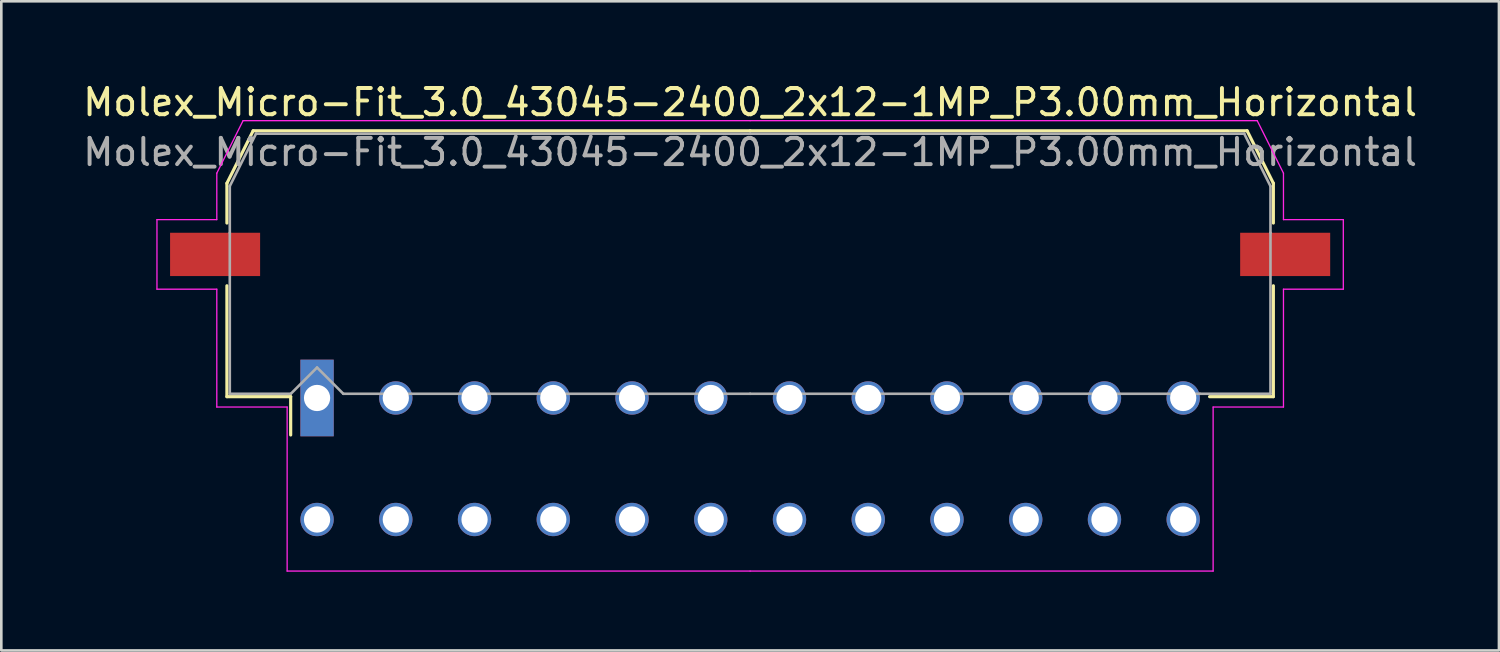
<source format=kicad_pcb>
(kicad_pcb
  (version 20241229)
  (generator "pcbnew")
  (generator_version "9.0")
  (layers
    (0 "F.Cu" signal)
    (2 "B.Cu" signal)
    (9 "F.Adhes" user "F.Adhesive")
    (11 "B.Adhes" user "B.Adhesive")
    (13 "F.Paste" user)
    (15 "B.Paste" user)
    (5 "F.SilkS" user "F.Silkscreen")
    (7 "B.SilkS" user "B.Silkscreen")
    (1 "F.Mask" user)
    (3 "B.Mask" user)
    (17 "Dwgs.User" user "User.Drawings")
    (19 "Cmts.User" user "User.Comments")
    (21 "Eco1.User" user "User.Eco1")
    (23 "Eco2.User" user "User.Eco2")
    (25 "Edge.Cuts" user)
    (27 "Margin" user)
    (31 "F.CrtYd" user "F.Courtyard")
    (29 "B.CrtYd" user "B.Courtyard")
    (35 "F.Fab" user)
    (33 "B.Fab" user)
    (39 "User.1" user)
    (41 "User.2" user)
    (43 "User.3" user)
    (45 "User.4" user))
  (footprint "Molex_Micro-Fit_3.0_43045-2400_2x12-1MP_P3.00mm_Horizontal"
    (layer "F.Cu")
    (at 25.53 14.428)
    (property "Reference" "Molex_Micro-Fit_3.0_43045-2400_2x12-1MP_P3.00mm_Horizontal" (at 0 -13.58 0) (layer "F.SilkS") (effects (font (size 1 1) (thickness 0.15))))
    (attr through_hole)
    (fp_line (start -19.935 -10.495) (end -19.935 -8.98) (stroke (width 0.12) (type solid)) (layer "F.SilkS"))
    (fp_line (start -19.935 -6.59) (end -19.935 -2.365) (stroke (width 0.12) (type solid)) (layer "F.SilkS"))
    (fp_line (start -19.935 -2.365) (end -17.505 -2.365) (stroke (width 0.12) (type solid)) (layer "F.SilkS"))
    (fp_line (start -18.935 -12.495) (end -19.935 -10.495) (stroke (width 0.12) (type solid)) (layer "F.SilkS"))
    (fp_line (start -17.505 -2.365) (end -17.505 -0.905) (stroke (width 0.12) (type solid)) (layer "F.SilkS"))
    (fp_line (start 0 -12.495) (end -18.935 -12.495) (stroke (width 0.12) (type solid)) (layer "F.SilkS"))
    (fp_line (start 0 -12.495) (end 18.935 -12.495) (stroke (width 0.12) (type solid)) (layer "F.SilkS"))
    (fp_line (start 18.935 -12.495) (end 19.935 -10.495) (stroke (width 0.12) (type solid)) (layer "F.SilkS"))
    (fp_line (start 19.935 -10.495) (end 19.935 -8.98) (stroke (width 0.12) (type solid)) (layer "F.SilkS"))
    (fp_line (start 19.935 -6.59) (end 19.935 -2.365) (stroke (width 0.12) (type solid)) (layer "F.SilkS"))
    (fp_line (start 19.935 -2.365) (end 17.505 -2.365) (stroke (width 0.12) (type solid)) (layer "F.SilkS"))
    (fp_line (start -22.6 -9.11) (end -22.6 -6.46) (stroke (width 0.05) (type solid)) (layer "F.CrtYd"))
    (fp_line (start -22.6 -6.46) (end -20.32 -6.46) (stroke (width 0.05) (type solid)) (layer "F.CrtYd"))
    (fp_line (start -20.32 -10.88) (end -20.32 -9.11) (stroke (width 0.05) (type solid)) (layer "F.CrtYd"))
    (fp_line (start -20.32 -9.11) (end -22.6 -9.11) (stroke (width 0.05) (type solid)) (layer "F.CrtYd"))
    (fp_line (start -20.32 -6.46) (end -20.32 -1.97) (stroke (width 0.05) (type solid)) (layer "F.CrtYd"))
    (fp_line (start -20.32 -1.97) (end -17.64 -1.97) (stroke (width 0.05) (type solid)) (layer "F.CrtYd"))
    (fp_line (start -19.32 -12.88) (end -20.32 -10.88) (stroke (width 0.05) (type solid)) (layer "F.CrtYd"))
    (fp_line (start -17.64 -1.97) (end -17.64 4.28) (stroke (width 0.05) (type solid)) (layer "F.CrtYd"))
    (fp_line (start -17.64 4.28) (end 0 4.28) (stroke (width 0.05) (type solid)) (layer "F.CrtYd"))
    (fp_line (start 0 -12.88) (end -19.32 -12.88) (stroke (width 0.05) (type solid)) (layer "F.CrtYd"))
    (fp_line (start 0 -12.88) (end 19.32 -12.88) (stroke (width 0.05) (type solid)) (layer "F.CrtYd"))
    (fp_line (start 17.64 -1.97) (end 17.64 4.28) (stroke (width 0.05) (type solid)) (layer "F.CrtYd"))
    (fp_line (start 17.64 4.28) (end 0 4.28) (stroke (width 0.05) (type solid)) (layer "F.CrtYd"))
    (fp_line (start 19.32 -12.88) (end 20.32 -10.88) (stroke (width 0.05) (type solid)) (layer "F.CrtYd"))
    (fp_line (start 20.32 -10.88) (end 20.32 -9.11) (stroke (width 0.05) (type solid)) (layer "F.CrtYd"))
    (fp_line (start 20.32 -9.11) (end 22.6 -9.11) (stroke (width 0.05) (type solid)) (layer "F.CrtYd"))
    (fp_line (start 20.32 -6.46) (end 20.32 -1.97) (stroke (width 0.05) (type solid)) (layer "F.CrtYd"))
    (fp_line (start 20.32 -1.97) (end 17.64 -1.97) (stroke (width 0.05) (type solid)) (layer "F.CrtYd"))
    (fp_line (start 22.6 -9.11) (end 22.6 -6.46) (stroke (width 0.05) (type solid)) (layer "F.CrtYd"))
    (fp_line (start 22.6 -6.46) (end 20.32 -6.46) (stroke (width 0.05) (type solid)) (layer "F.CrtYd"))
    (fp_line (start -19.825 -10.385) (end -19.825 -8.61) (stroke (width 0.1) (type solid)) (layer "F.Fab"))
    (fp_line (start -19.825 -8.61) (end -19.825 -2.475) (stroke (width 0.1) (type solid)) (layer "F.Fab"))
    (fp_line (start -19.825 -2.475) (end -17.5 -2.475) (stroke (width 0.1) (type solid)) (layer "F.Fab"))
    (fp_line (start -18.825 -12.385) (end -19.825 -10.385) (stroke (width 0.1) (type solid)) (layer "F.Fab"))
    (fp_line (start -17.5 -2.475) (end -16.5 -3.475) (stroke (width 0.1) (type solid)) (layer "F.Fab"))
    (fp_line (start -16.5 -3.475) (end -15.5 -2.475) (stroke (width 0.1) (type solid)) (layer "F.Fab"))
    (fp_line (start -15.5 -2.475) (end 0 -2.475) (stroke (width 0.1) (type solid)) (layer "F.Fab"))
    (fp_line (start 0 -12.385) (end -18.825 -12.385) (stroke (width 0.1) (type solid)) (layer "F.Fab"))
    (fp_line (start 0 -12.385) (end 18.825 -12.385) (stroke (width 0.1) (type solid)) (layer "F.Fab"))
    (fp_line (start 17.135 -2.475) (end 0 -2.475) (stroke (width 0.1) (type solid)) (layer "F.Fab"))
    (fp_line (start 18.825 -12.385) (end 19.825 -10.385) (stroke (width 0.1) (type solid)) (layer "F.Fab"))
    (fp_line (start 19.825 -10.385) (end 19.825 -8.61) (stroke (width 0.1) (type solid)) (layer "F.Fab"))
    (fp_line (start 19.825 -8.61) (end 19.825 -2.475) (stroke (width 0.1) (type solid)) (layer "F.Fab"))
    (fp_line (start 19.825 -2.475) (end 17.135 -2.475) (stroke (width 0.1) (type solid)) (layer "F.Fab"))
    (fp_text user "${REFERENCE}" (at 0 -11.68 0) (layer "F.Fab") (effects (font (size 1 1) (thickness 0.15))))
    (pad "1" thru_hole rect (at -16.5 -2.315) (size 1.27 2.92) (drill 1) (layers "*.Cu" "*.Mask"))
    (pad "2" thru_hole circle (at -13.5 -2.315) (size 1.27 1.27) (drill 1) (layers "*.Cu" "*.Mask"))
    (pad "3" thru_hole circle (at -10.5 -2.315) (size 1.27 1.27) (drill 1) (layers "*.Cu" "*.Mask"))
    (pad "4" thru_hole circle (at -7.5 -2.315) (size 1.27 1.27) (drill 1) (layers "*.Cu" "*.Mask"))
    (pad "5" thru_hole circle (at -4.5 -2.315) (size 1.27 1.27) (drill 1) (layers "*.Cu" "*.Mask"))
    (pad "6" thru_hole circle (at -1.5 -2.315) (size 1.27 1.27) (drill 1) (layers "*.Cu" "*.Mask"))
    (pad "7" thru_hole circle (at 1.5 -2.315) (size 1.27 1.27) (drill 1) (layers "*.Cu" "*.Mask"))
    (pad "8" thru_hole circle (at 4.5 -2.315) (size 1.27 1.27) (drill 1) (layers "*.Cu" "*.Mask"))
    (pad "9" thru_hole circle (at 7.5 -2.315) (size 1.27 1.27) (drill 1) (layers "*.Cu" "*.Mask"))
    (pad "10" thru_hole circle (at 10.5 -2.315) (size 1.27 1.27) (drill 1) (layers "*.Cu" "*.Mask"))
    (pad "11" thru_hole circle (at 13.5 -2.315) (size 1.27 1.27) (drill 1) (layers "*.Cu" "*.Mask"))
    (pad "12" thru_hole circle (at 16.5 -2.315) (size 1.27 1.27) (drill 1) (layers "*.Cu" "*.Mask"))
    (pad "13" thru_hole circle (at -16.5 2.315) (size 1.27 1.27) (drill 1) (layers "*.Cu" "*.Mask"))
    (pad "14" thru_hole circle (at -13.5 2.315) (size 1.27 1.27) (drill 1) (layers "*.Cu" "*.Mask"))
    (pad "15" thru_hole circle (at -10.5 2.315) (size 1.27 1.27) (drill 1) (layers "*.Cu" "*.Mask"))
    (pad "16" thru_hole circle (at -7.5 2.315) (size 1.27 1.27) (drill 1) (layers "*.Cu" "*.Mask"))
    (pad "17" thru_hole circle (at -4.5 2.315) (size 1.27 1.27) (drill 1) (layers "*.Cu" "*.Mask"))
    (pad "18" thru_hole circle (at -1.5 2.315) (size 1.27 1.27) (drill 1) (layers "*.Cu" "*.Mask"))
    (pad "19" thru_hole circle (at 1.5 2.315) (size 1.27 1.27) (drill 1) (layers "*.Cu" "*.Mask"))
    (pad "20" thru_hole circle (at 4.5 2.315) (size 1.27 1.27) (drill 1) (layers "*.Cu" "*.Mask"))
    (pad "21" thru_hole circle (at 7.5 2.315) (size 1.27 1.27) (drill 1) (layers "*.Cu" "*.Mask"))
    (pad "22" thru_hole circle (at 10.5 2.315) (size 1.27 1.27) (drill 1) (layers "*.Cu" "*.Mask"))
    (pad "23" thru_hole circle (at 13.5 2.315) (size 1.27 1.27) (drill 1) (layers "*.Cu" "*.Mask"))
    (pad "24" thru_hole circle (at 16.5 2.315) (size 1.27 1.27) (drill 1) (layers "*.Cu" "*.Mask"))
    (pad "MP" smd rect (at -20.385 -7.785) (size 3.43 1.65) (layers "F.Cu" "F.Mask" "F.Paste"))
    (pad "MP" smd rect (at 20.385 -7.785) (size 3.43 1.65) (layers "F.Cu" "F.Mask" "F.Paste")))
  (gr_rect
    (start -3 -3)
    (end 54.06 21.733)
    (stroke (width 0.1) (type default))
    (fill no)
    (layer "Edge.Cuts")))
</source>
